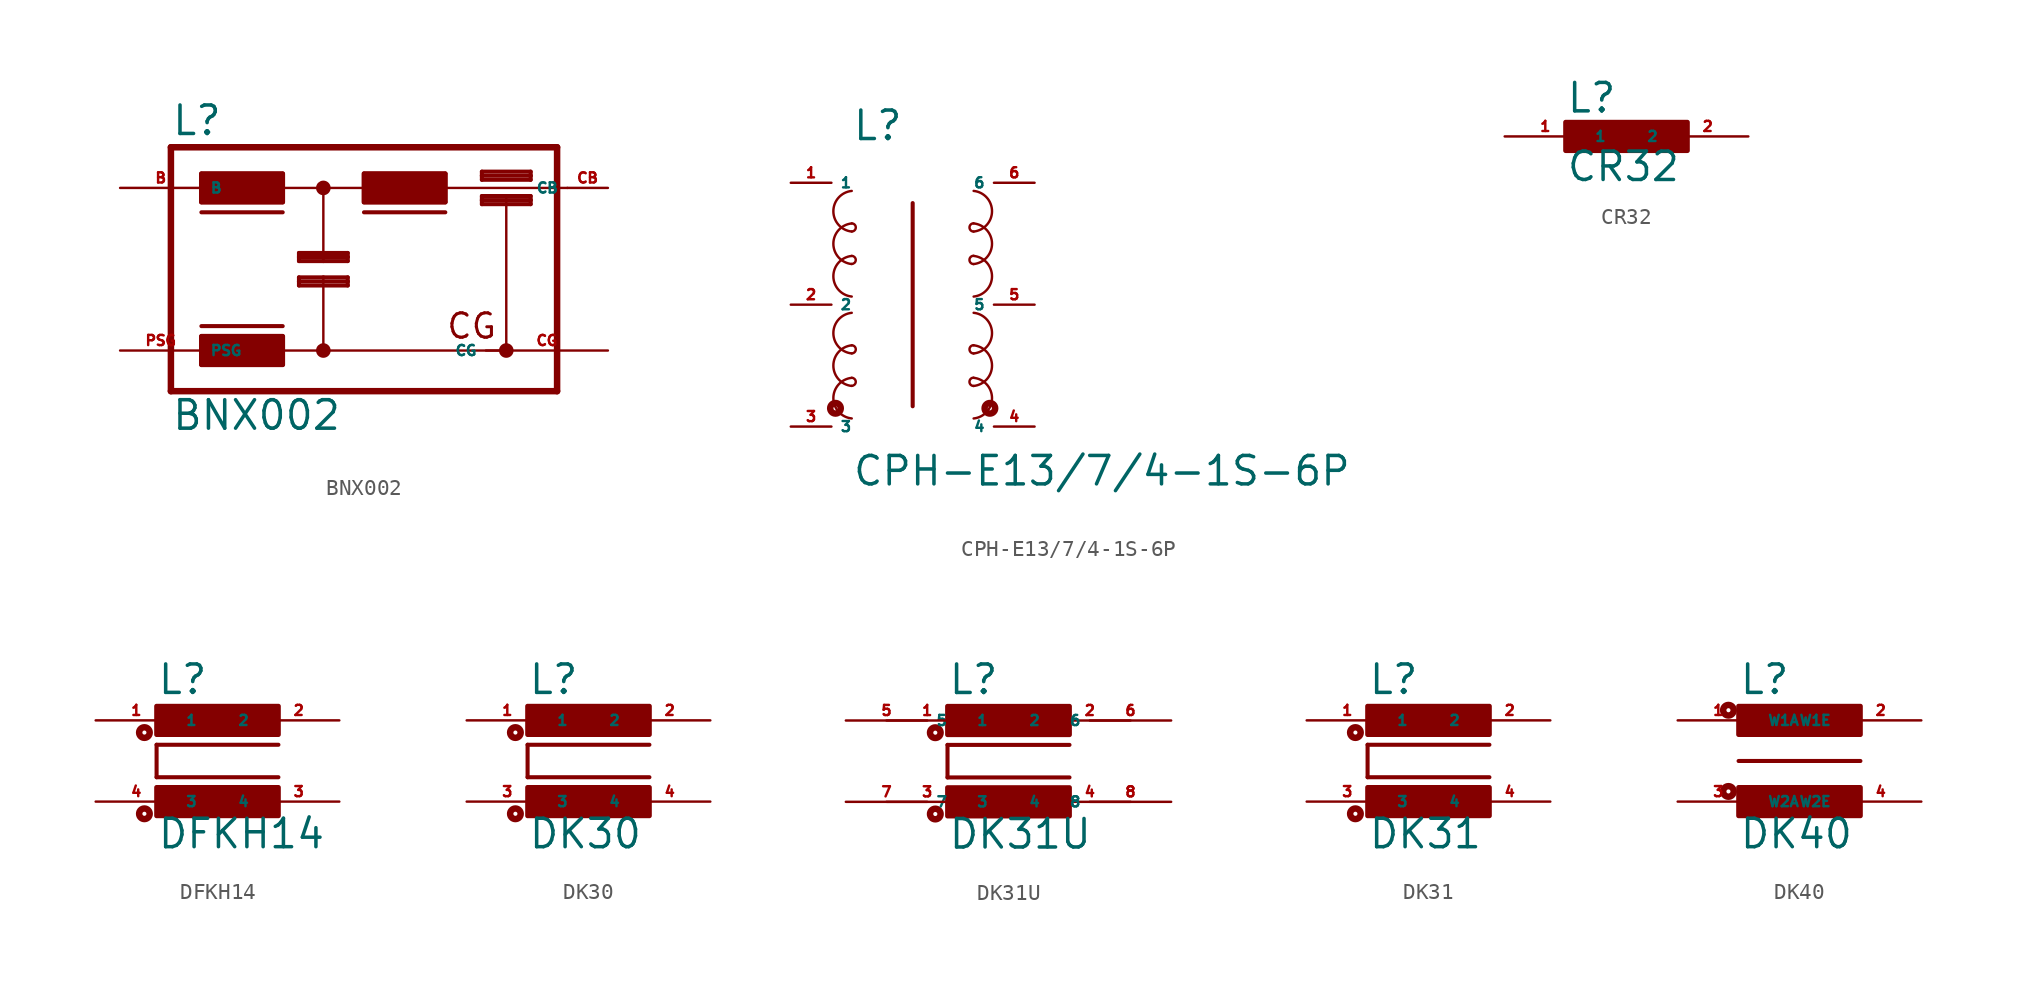
<source format=kicad_sym>
(kicad_symbol_lib
  (version 20220914)
  (generator kicad_symbol_editor)
  (symbol "BNX002"
    (property "Reference" "L"
      (at -12.065 8.255 0)
      (effects (font (size 1.778 1.778) (thickness 0.22)) (justify left bottom)))
    (property "Value" "BNX002"
      (at -12.065 -10.16 0)
      (effects (font (size 1.778 1.778) (thickness 0.22)) (justify left bottom)))
    (symbol "BNX002_1_1"
      (rectangle (start -10.16 -5.969) (end -5.08 -4.191) (stroke (width 0.3) (type default)) (fill (type outline)))
      (rectangle (start -10.16 4.191) (end -5.08 5.969) (stroke (width 0.3) (type default)) (fill (type outline)))
      (circle (center -2.54 -5.08) (radius 0.254) (stroke (width 0.406) (type default)) (fill (type none)))
      (circle (center -2.54 5.08) (radius 0.254) (stroke (width 0.406) (type default)) (fill (type none)))
      (polyline (pts (xy -12.065 -7.62) (xy -12.065 7.62)) (stroke (width 0.406) (type default)) (fill (type none)))
      (polyline (pts (xy -12.065 -7.62) (xy 12.065 -7.62)) (stroke (width 0.406) (type default)) (fill (type none)))
      (polyline (pts (xy -12.065 7.62) (xy 12.065 7.62)) (stroke (width 0.406) (type default)) (fill (type none)))
      (polyline (pts (xy -10.16 -5.969) (xy -10.16 -4.191)) (stroke (width 0.254) (type default)) (fill (type none)))
      (polyline (pts (xy -10.16 -5.969) (xy -5.08 -5.969)) (stroke (width 0.254) (type default)) (fill (type none)))
      (polyline (pts (xy -10.16 -3.556) (xy -5.08 -3.556)) (stroke (width 0.254) (type default)) (fill (type none)))
      (polyline (pts (xy -10.16 3.556) (xy -5.08 3.556)) (stroke (width 0.254) (type default)) (fill (type none)))
      (polyline (pts (xy -10.16 4.191) (xy -10.16 5.969)) (stroke (width 0.254) (type default)) (fill (type none)))
      (polyline (pts (xy -10.16 4.191) (xy -5.08 4.191)) (stroke (width 0.254) (type default)) (fill (type none)))
      (polyline (pts (xy -5.08 -5.969) (xy -5.08 -4.191)) (stroke (width 0.254) (type default)) (fill (type none)))
      (polyline (pts (xy -5.08 -4.191) (xy -10.16 -4.191)) (stroke (width 0.254) (type default)) (fill (type none)))
      (polyline (pts (xy -5.08 4.191) (xy -5.08 5.969)) (stroke (width 0.254) (type default)) (fill (type none)))
      (polyline (pts (xy -5.08 5.08) (xy -2.54 5.08)) (stroke (width 0.152) (type default)) (fill (type none)))
      (polyline (pts (xy -5.08 5.969) (xy -10.16 5.969)) (stroke (width 0.254) (type default)) (fill (type none)))
      (polyline (pts (xy -4.064 -1.016) (xy -1.016 -1.016)) (stroke (width 0.254) (type default)) (fill (type none)))
      (polyline (pts (xy -4.064 -0.762) (xy -4.064 -1.016)) (stroke (width 0.254) (type default)) (fill (type none)))
      (polyline (pts (xy -4.064 -0.508) (xy -4.064 -0.762)) (stroke (width 0.254) (type default)) (fill (type none)))
      (polyline (pts (xy -4.064 -0.508) (xy -2.54 -0.508)) (stroke (width 0.254) (type default)) (fill (type none)))
      (polyline (pts (xy -4.064 0.508) (xy -2.54 0.508)) (stroke (width 0.254) (type default)) (fill (type none)))
      (polyline (pts (xy -4.064 0.762) (xy -4.064 0.508)) (stroke (width 0.254) (type default)) (fill (type none)))
      (polyline (pts (xy -4.064 0.762) (xy -1.016 0.762)) (stroke (width 0.254) (type default)) (fill (type none)))
      (polyline (pts (xy -4.064 1.016) (xy -4.064 0.762)) (stroke (width 0.254) (type default)) (fill (type none)))
      (polyline (pts (xy -2.54 -5.08) (xy -5.08 -5.08)) (stroke (width 0.152) (type default)) (fill (type none)))
      (polyline (pts (xy -2.54 -0.508) (xy -2.54 -5.08)) (stroke (width 0.152) (type default)) (fill (type none)))
      (polyline (pts (xy -2.54 -0.508) (xy -1.016 -0.508)) (stroke (width 0.254) (type default)) (fill (type none)))
      (polyline (pts (xy -2.54 0.508) (xy -2.54 5.08)) (stroke (width 0.152) (type default)) (fill (type none)))
      (polyline (pts (xy -2.54 0.508) (xy -1.016 0.508)) (stroke (width 0.254) (type default)) (fill (type none)))
      (polyline (pts (xy -2.54 5.08) (xy 0 5.08)) (stroke (width 0.152) (type default)) (fill (type none)))
      (polyline (pts (xy -1.016 -1.016) (xy -1.016 -0.762)) (stroke (width 0.254) (type default)) (fill (type none)))
      (polyline (pts (xy -1.016 -0.762) (xy -4.064 -0.762)) (stroke (width 0.254) (type default)) (fill (type none)))
      (polyline (pts (xy -1.016 -0.762) (xy -1.016 -0.508)) (stroke (width 0.254) (type default)) (fill (type none)))
      (polyline (pts (xy -1.016 0.508) (xy -1.016 0.762)) (stroke (width 0.254) (type default)) (fill (type none)))
      (polyline (pts (xy -1.016 0.762) (xy -1.016 1.016)) (stroke (width 0.254) (type default)) (fill (type none)))
      (polyline (pts (xy -1.016 1.016) (xy -4.064 1.016)) (stroke (width 0.254) (type default)) (fill (type none)))
      (polyline (pts (xy 0 3.556) (xy 5.08 3.556)) (stroke (width 0.254) (type default)) (fill (type none)))
      (polyline (pts (xy 0 4.191) (xy 0 5.969)) (stroke (width 0.254) (type default)) (fill (type none)))
      (polyline (pts (xy 0 4.191) (xy 5.08 4.191)) (stroke (width 0.254) (type default)) (fill (type none)))
      (polyline (pts (xy 5.08 4.191) (xy 5.08 5.08)) (stroke (width 0.254) (type default)) (fill (type none)))
      (polyline (pts (xy 5.08 5.08) (xy 5.08 5.969)) (stroke (width 0.254) (type default)) (fill (type none)))
      (polyline (pts (xy 5.08 5.969) (xy 0 5.969)) (stroke (width 0.254) (type default)) (fill (type none)))
      (polyline (pts (xy 7.366 4.064) (xy 10.414 4.064)) (stroke (width 0.254) (type default)) (fill (type none)))
      (polyline (pts (xy 7.366 4.318) (xy 7.366 4.064)) (stroke (width 0.254) (type default)) (fill (type none)))
      (polyline (pts (xy 7.366 4.572) (xy 7.366 4.318)) (stroke (width 0.254) (type default)) (fill (type none)))
      (polyline (pts (xy 7.366 4.572) (xy 8.89 4.572)) (stroke (width 0.254) (type default)) (fill (type none)))
      (polyline (pts (xy 7.366 5.588) (xy 10.414 5.588)) (stroke (width 0.254) (type default)) (fill (type none)))
      (polyline (pts (xy 7.366 5.842) (xy 7.366 5.588)) (stroke (width 0.254) (type default)) (fill (type none)))
      (polyline (pts (xy 7.366 5.842) (xy 10.414 5.842)) (stroke (width 0.254) (type default)) (fill (type none)))
      (polyline (pts (xy 7.366 6.096) (xy 7.366 5.842)) (stroke (width 0.254) (type default)) (fill (type none)))
      (polyline (pts (xy 8.89 -5.08) (xy -2.54 -5.08)) (stroke (width 0.152) (type default)) (fill (type none)))
      (polyline (pts (xy 8.89 4.572) (xy 8.89 -5.08)) (stroke (width 0.152) (type default)) (fill (type none)))
      (polyline (pts (xy 8.89 4.572) (xy 10.414 4.572)) (stroke (width 0.254) (type default)) (fill (type none)))
      (polyline (pts (xy 10.414 4.064) (xy 10.414 4.318)) (stroke (width 0.254) (type default)) (fill (type none)))
      (polyline (pts (xy 10.414 4.318) (xy 7.366 4.318)) (stroke (width 0.254) (type default)) (fill (type none)))
      (polyline (pts (xy 10.414 4.318) (xy 10.414 4.572)) (stroke (width 0.254) (type default)) (fill (type none)))
      (polyline (pts (xy 10.414 5.588) (xy 10.414 5.842)) (stroke (width 0.254) (type default)) (fill (type none)))
      (polyline (pts (xy 10.414 5.842) (xy 10.414 6.096)) (stroke (width 0.254) (type default)) (fill (type none)))
      (polyline (pts (xy 10.414 6.096) (xy 7.366 6.096)) (stroke (width 0.254) (type default)) (fill (type none)))
      (polyline (pts (xy 12.065 7.62) (xy 12.065 -7.62)) (stroke (width 0.406) (type default)) (fill (type none)))
      (polyline (pts (xy 12.7 5.08) (xy 5.08 5.08)) (stroke (width 0.152) (type default)) (fill (type none)))
      (rectangle (start 0 4.191) (end 5.08 5.969) (stroke (width 0.3) (type default)) (fill (type outline)))
      (circle (center 8.89 -5.08) (radius 0.254) (stroke (width 0.406) (type default)) (fill (type none)))
      (text "CG" (at 5.08 -4.445 0) (effects (font (size 1.524 1.524) (thickness 0.19)) (justify left bottom)))
      (pin passive line (at -15.24 5.08 0) (length 5.08) (name "B" (effects (font (size 0.635 0.635)))) (number "B" (effects (font (size 0.635 0.635)))))
      (pin passive line (at 15.24 5.08 180) (length 2.54) (name "CB" (effects (font (size 0.635 0.635)))) (number "CB" (effects (font (size 0.635 0.635)))))
      (pin passive line (at 15.24 -5.08 180) (length 7.62) (name "CG" (effects (font (size 0.635 0.635)))) (number "CG" (effects (font (size 0.635 0.635)))))
      (pin passive line (at -15.24 -5.08 0) (length 5.08) (name "PSG" (effects (font (size 0.635 0.635)))) (number "PSG" (effects (font (size 0.635 0.635)))))))
  (symbol "CPH-E13/7/4-1S-6P"
    (property "Reference" "L"
      (at -3.81 10.16 0)
      (effects (font (size 1.778 1.778) (thickness 0.22)) (justify left bottom)))
    (property "Value" "CPH-E13/7/4-1S-6P"
      (at -3.81 -11.43 0)
      (effects (font (size 1.778 1.778) (thickness 0.22)) (justify left bottom)))
    (symbol "CPH-E13/7/4-1S-6P_1_1"
      (circle (center -4.826 -6.477) (radius 0.127) (stroke (width 0.406) (type default)) (fill (type none)))
      (arc (start -3.81 -4.572) (mid -4.959 -5.842) (end -3.81 -7.112) (stroke (width 0.1524) (type default)) (fill (type none)))
      (arc (start -3.81 -2.54) (mid -4.959 -3.81) (end -3.81 -5.08) (stroke (width 0.1524) (type default)) (fill (type none)))
      (arc (start -3.81 -0.508) (mid -4.959 -1.778) (end -3.81 -3.048) (stroke (width 0.1524) (type default)) (fill (type none)))
      (arc (start -3.81 3.048) (mid -4.959 1.778) (end -3.81 0.508) (stroke (width 0.1524) (type default)) (fill (type none)))
      (arc (start -3.81 5.08) (mid -4.959 3.81) (end -3.81 2.54) (stroke (width 0.1524) (type default)) (fill (type none)))
      (arc (start -3.81 7.112) (mid -4.959 5.842) (end -3.81 4.572) (stroke (width 0.1524) (type default)) (fill (type none)))
      (arc (start -3.8078 -5.08) (mid -3.5549 -4.826) (end -3.8078 -4.572) (stroke (width 0.1524) (type default)) (fill (type none)))
      (arc (start -3.8078 -3.048) (mid -3.5549 -2.794) (end -3.8078 -2.54) (stroke (width 0.1524) (type default)) (fill (type none)))
      (arc (start -3.8078 2.54) (mid -3.5549 2.794) (end -3.8078 3.048) (stroke (width 0.1524) (type default)) (fill (type none)))
      (arc (start -3.8078 4.572) (mid -3.5549 4.826) (end -3.8078 5.08) (stroke (width 0.1524) (type default)) (fill (type none)))
      (polyline (pts (xy 0 -6.35) (xy 0 6.35)) (stroke (width 0.254) (type default)) (fill (type none)))
      (arc (start 3.8078 -4.572) (mid 3.5549 -4.826) (end 3.8078 -5.08) (stroke (width 0.1524) (type default)) (fill (type none)))
      (arc (start 3.8078 -2.54) (mid 3.5549 -2.794) (end 3.8078 -3.048) (stroke (width 0.1524) (type default)) (fill (type none)))
      (arc (start 3.8078 3.048) (mid 3.5549 2.794) (end 3.8078 2.54) (stroke (width 0.1524) (type default)) (fill (type none)))
      (arc (start 3.8078 5.08) (mid 3.5549 4.826) (end 3.8078 4.572) (stroke (width 0.1524) (type default)) (fill (type none)))
      (arc (start 3.81 -7.112) (mid 4.959 -5.842) (end 3.81 -4.572) (stroke (width 0.1524) (type default)) (fill (type none)))
      (arc (start 3.81 -5.08) (mid 4.959 -3.81) (end 3.81 -2.54) (stroke (width 0.1524) (type default)) (fill (type none)))
      (arc (start 3.81 -3.048) (mid 4.959 -1.778) (end 3.81 -0.508) (stroke (width 0.1524) (type default)) (fill (type none)))
      (arc (start 3.81 0.508) (mid 4.959 1.778) (end 3.81 3.048) (stroke (width 0.1524) (type default)) (fill (type none)))
      (arc (start 3.81 2.54) (mid 4.959 3.81) (end 3.81 5.08) (stroke (width 0.1524) (type default)) (fill (type none)))
      (arc (start 3.81 4.572) (mid 4.959 5.842) (end 3.81 7.112) (stroke (width 0.1524) (type default)) (fill (type none)))
      (circle (center 4.826 -6.477) (radius 0.127) (stroke (width 0.406) (type default)) (fill (type none)))
      (pin passive line (at -7.62 7.62 0) (length 2.54) (name "1" (effects (font (size 0.635 0.635)))) (number "1" (effects (font (size 0.635 0.635)))))
      (pin passive line (at -7.62 0 0) (length 2.54) (name "2" (effects (font (size 0.635 0.635)))) (number "2" (effects (font (size 0.635 0.635)))))
      (pin passive line (at -7.62 -7.62 0) (length 2.54) (name "3" (effects (font (size 0.635 0.635)))) (number "3" (effects (font (size 0.635 0.635)))))
      (pin passive line (at 7.62 -7.62 180) (length 2.54) (name "4" (effects (font (size 0.635 0.635)))) (number "4" (effects (font (size 0.635 0.635)))))
      (pin passive line (at 7.62 0 180) (length 2.54) (name "5" (effects (font (size 0.635 0.635)))) (number "5" (effects (font (size 0.635 0.635)))))
      (pin passive line (at 7.62 7.62 180) (length 2.54) (name "6" (effects (font (size 0.635 0.635)))) (number "6" (effects (font (size 0.635 0.635)))))))
  (symbol "CR32"
    (property "Reference" "L"
      (at -3.81 1.372 0)
      (effects (font (size 1.778 1.778) (thickness 0.22)) (justify left bottom)))
    (property "Value" "CR32"
      (at -3.81 -2.921 0)
      (effects (font (size 1.778 1.778) (thickness 0.22)) (justify left bottom)))
    (symbol "CR32_1_1"
      (rectangle (start -3.81 -0.889) (end 3.81 0.889) (stroke (width 0.3) (type default)) (fill (type outline)))
      (pin passive line (at -7.62 0 0) (length 5.08) (name "1" (effects (font (size 0.635 0.635)))) (number "1" (effects (font (size 0.635 0.635)))))
      (pin passive line (at 7.62 0 180) (length 5.08) (name "2" (effects (font (size 0.635 0.635)))) (number "2" (effects (font (size 0.635 0.635)))))))
  (symbol "DFKH14"
    (property "Reference" "L"
      (at -3.81 4.064 0)
      (effects (font (size 1.778 1.778) (thickness 0.22)) (justify left bottom)))
    (property "Value" "DFKH14"
      (at -3.81 -5.588 0)
      (effects (font (size 1.778 1.778) (thickness 0.22)) (justify left bottom)))
    (symbol "DFKH14_1_1"
      (circle (center -4.572 -3.302) (radius 0.127) (stroke (width 0.406) (type default)) (fill (type none)))
      (circle (center -4.572 1.778) (radius 0.127) (stroke (width 0.406) (type default)) (fill (type none)))
      (rectangle (start -3.81 -3.429) (end 3.81 -1.651) (stroke (width 0.3) (type default)) (fill (type outline)))
      (rectangle (start -3.81 1.651) (end 3.81 3.429) (stroke (width 0.3) (type default)) (fill (type outline)))
      (polyline (pts (xy -3.81 -1.016) (xy -3.81 1.016)) (stroke (width 0.254) (type default)) (fill (type none)))
      (polyline (pts (xy -3.81 -1.016) (xy 3.81 -1.016)) (stroke (width 0.254) (type default)) (fill (type none)))
      (polyline (pts (xy 3.81 1.016) (xy -3.81 1.016)) (stroke (width 0.254) (type default)) (fill (type none)))
      (pin passive line (at -7.62 2.54 0) (length 5.08) (name "1" (effects (font (size 0.635 0.635)))) (number "1" (effects (font (size 0.635 0.635)))))
      (pin passive line (at 7.62 2.54 180) (length 5.08) (name "2" (effects (font (size 0.635 0.635)))) (number "2" (effects (font (size 0.635 0.635)))))
      (pin passive line (at 7.62 -2.54 180) (length 5.08) (name "4" (effects (font (size 0.635 0.635)))) (number "3" (effects (font (size 0.635 0.635)))))
      (pin passive line (at -7.62 -2.54 0) (length 5.08) (name "3" (effects (font (size 0.635 0.635)))) (number "4" (effects (font (size 0.635 0.635)))))))
  (symbol "DK30"
    (property "Reference" "L"
      (at -3.81 4.064 0)
      (effects (font (size 1.778 1.778) (thickness 0.22)) (justify left bottom)))
    (property "Value" "DK30"
      (at -3.81 -5.588 0)
      (effects (font (size 1.778 1.778) (thickness 0.22)) (justify left bottom)))
    (symbol "DK30_1_1"
      (circle (center -4.572 -3.302) (radius 0.127) (stroke (width 0.406) (type default)) (fill (type none)))
      (circle (center -4.572 1.778) (radius 0.127) (stroke (width 0.406) (type default)) (fill (type none)))
      (rectangle (start -3.81 -3.429) (end 3.81 -1.651) (stroke (width 0.3) (type default)) (fill (type outline)))
      (rectangle (start -3.81 1.651) (end 3.81 3.429) (stroke (width 0.3) (type default)) (fill (type outline)))
      (polyline (pts (xy -3.81 -1.016) (xy -3.81 1.016)) (stroke (width 0.254) (type default)) (fill (type none)))
      (polyline (pts (xy -3.81 -1.016) (xy 3.81 -1.016)) (stroke (width 0.254) (type default)) (fill (type none)))
      (polyline (pts (xy 3.81 1.016) (xy -3.81 1.016)) (stroke (width 0.254) (type default)) (fill (type none)))
      (pin passive line (at -7.62 2.54 0) (length 5.08) (name "1" (effects (font (size 0.635 0.635)))) (number "1" (effects (font (size 0.635 0.635)))))
      (pin passive line (at 7.62 2.54 180) (length 5.08) (name "2" (effects (font (size 0.635 0.635)))) (number "2" (effects (font (size 0.635 0.635)))))
      (pin passive line (at -7.62 -2.54 0) (length 5.08) (name "3" (effects (font (size 0.635 0.635)))) (number "3" (effects (font (size 0.635 0.635)))))
      (pin passive line (at 7.62 -2.54 180) (length 5.08) (name "4" (effects (font (size 0.635 0.635)))) (number "4" (effects (font (size 0.635 0.635)))))))
  (symbol "DK31U"
    (property "Reference" "L"
      (at -3.81 4.064 0)
      (effects (font (size 1.778 1.778) (thickness 0.22)) (justify left bottom)))
    (property "Value" "DK31U"
      (at -3.81 -5.588 0)
      (effects (font (size 1.778 1.778) (thickness 0.22)) (justify left bottom)))
    (symbol "DK31U_1_1"
      (circle (center -4.572 -3.302) (radius 0.127) (stroke (width 0.406) (type default)) (fill (type none)))
      (circle (center -4.572 1.778) (radius 0.127) (stroke (width 0.406) (type default)) (fill (type none)))
      (rectangle (start -3.81 -3.429) (end 3.81 -1.651) (stroke (width 0.3) (type default)) (fill (type outline)))
      (rectangle (start -3.81 1.651) (end 3.81 3.429) (stroke (width 0.3) (type default)) (fill (type outline)))
      (polyline (pts (xy -3.81 -1.016) (xy -3.81 1.016)) (stroke (width 0.254) (type default)) (fill (type none)))
      (polyline (pts (xy -3.81 -1.016) (xy 3.81 -1.016)) (stroke (width 0.254) (type default)) (fill (type none)))
      (polyline (pts (xy 3.81 1.016) (xy -3.81 1.016)) (stroke (width 0.254) (type default)) (fill (type none)))
      (pin passive line (at -7.62 2.54 0) (length 5.08) (name "1" (effects (font (size 0.635 0.635)))) (number "1" (effects (font (size 0.635 0.635)))))
      (pin passive line (at 7.62 2.54 180) (length 5.08) (name "2" (effects (font (size 0.635 0.635)))) (number "2" (effects (font (size 0.635 0.635)))))
      (pin passive line (at -7.62 -2.54 0) (length 5.08) (name "3" (effects (font (size 0.635 0.635)))) (number "3" (effects (font (size 0.635 0.635)))))
      (pin passive line (at 7.62 -2.54 180) (length 5.08) (name "4" (effects (font (size 0.635 0.635)))) (number "4" (effects (font (size 0.635 0.635)))))
      (pin passive line (at -10.16 2.54 0) (length 5.08) (name "5" (effects (font (size 0.635 0.635)))) (number "5" (effects (font (size 0.635 0.635)))))
      (pin passive line (at 10.16 2.54 180) (length 5.08) (name "6" (effects (font (size 0.635 0.635)))) (number "6" (effects (font (size 0.635 0.635)))))
      (pin passive line (at -10.16 -2.54 0) (length 5.08) (name "7" (effects (font (size 0.635 0.635)))) (number "7" (effects (font (size 0.635 0.635)))))
      (pin passive line (at 10.16 -2.54 180) (length 5.08) (name "8" (effects (font (size 0.635 0.635)))) (number "8" (effects (font (size 0.635 0.635)))))))
  (symbol "DK31"
    (property "Reference" "L"
      (at -3.81 4.064 0)
      (effects (font (size 1.778 1.778) (thickness 0.22)) (justify left bottom)))
    (property "Value" "DK31"
      (at -3.81 -5.588 0)
      (effects (font (size 1.778 1.778) (thickness 0.22)) (justify left bottom)))
    (symbol "DK31_1_1"
      (circle (center -4.572 -3.302) (radius 0.127) (stroke (width 0.406) (type default)) (fill (type none)))
      (circle (center -4.572 1.778) (radius 0.127) (stroke (width 0.406) (type default)) (fill (type none)))
      (rectangle (start -3.81 -3.429) (end 3.81 -1.651) (stroke (width 0.3) (type default)) (fill (type outline)))
      (rectangle (start -3.81 1.651) (end 3.81 3.429) (stroke (width 0.3) (type default)) (fill (type outline)))
      (polyline (pts (xy -3.81 -1.016) (xy -3.81 1.016)) (stroke (width 0.254) (type default)) (fill (type none)))
      (polyline (pts (xy -3.81 -1.016) (xy 3.81 -1.016)) (stroke (width 0.254) (type default)) (fill (type none)))
      (polyline (pts (xy 3.81 1.016) (xy -3.81 1.016)) (stroke (width 0.254) (type default)) (fill (type none)))
      (pin passive line (at -7.62 2.54 0) (length 5.08) (name "1" (effects (font (size 0.635 0.635)))) (number "1" (effects (font (size 0.635 0.635)))))
      (pin passive line (at 7.62 2.54 180) (length 5.08) (name "2" (effects (font (size 0.635 0.635)))) (number "2" (effects (font (size 0.635 0.635)))))
      (pin passive line (at -7.62 -2.54 0) (length 5.08) (name "3" (effects (font (size 0.635 0.635)))) (number "3" (effects (font (size 0.635 0.635)))))
      (pin passive line (at 7.62 -2.54 180) (length 5.08) (name "4" (effects (font (size 0.635 0.635)))) (number "4" (effects (font (size 0.635 0.635)))))))
  (symbol "DK40"
    (property "Reference" "L"
      (at -3.81 4.064 0)
      (effects (font (size 1.778 1.778) (thickness 0.22)) (justify left bottom)))
    (property "Value" "DK40"
      (at -3.81 -5.588 0)
      (effects (font (size 1.778 1.778) (thickness 0.22)) (justify left bottom)))
    (symbol "DK40_1_1"
      (circle (center -4.445 -1.905) (radius 0.127) (stroke (width 0.406) (type default)) (fill (type none)))
      (circle (center -4.445 3.175) (radius 0.127) (stroke (width 0.406) (type default)) (fill (type none)))
      (rectangle (start -3.81 -3.429) (end 3.81 -1.651) (stroke (width 0.3) (type default)) (fill (type outline)))
      (rectangle (start -3.81 1.651) (end 3.81 3.429) (stroke (width 0.3) (type default)) (fill (type outline)))
      (polyline (pts (xy -3.81 0) (xy 3.81 0)) (stroke (width 0.254) (type default)) (fill (type none)))
      (pin passive line (at -7.62 2.54 0) (length 5.08) (name "W1A" (effects (font (size 0.635 0.635)))) (number "1" (effects (font (size 0.635 0.635)))))
      (pin passive line (at 7.62 2.54 180) (length 5.08) (name "W1E" (effects (font (size 0.635 0.635)))) (number "2" (effects (font (size 0.635 0.635)))))
      (pin passive line (at -7.62 -2.54 0) (length 5.08) (name "W2A" (effects (font (size 0.635 0.635)))) (number "3" (effects (font (size 0.635 0.635)))))
      (pin passive line (at 7.62 -2.54 180) (length 5.08) (name "W2E" (effects (font (size 0.635 0.635)))) (number "4" (effects (font (size 0.635 0.635))))))))
</source>
